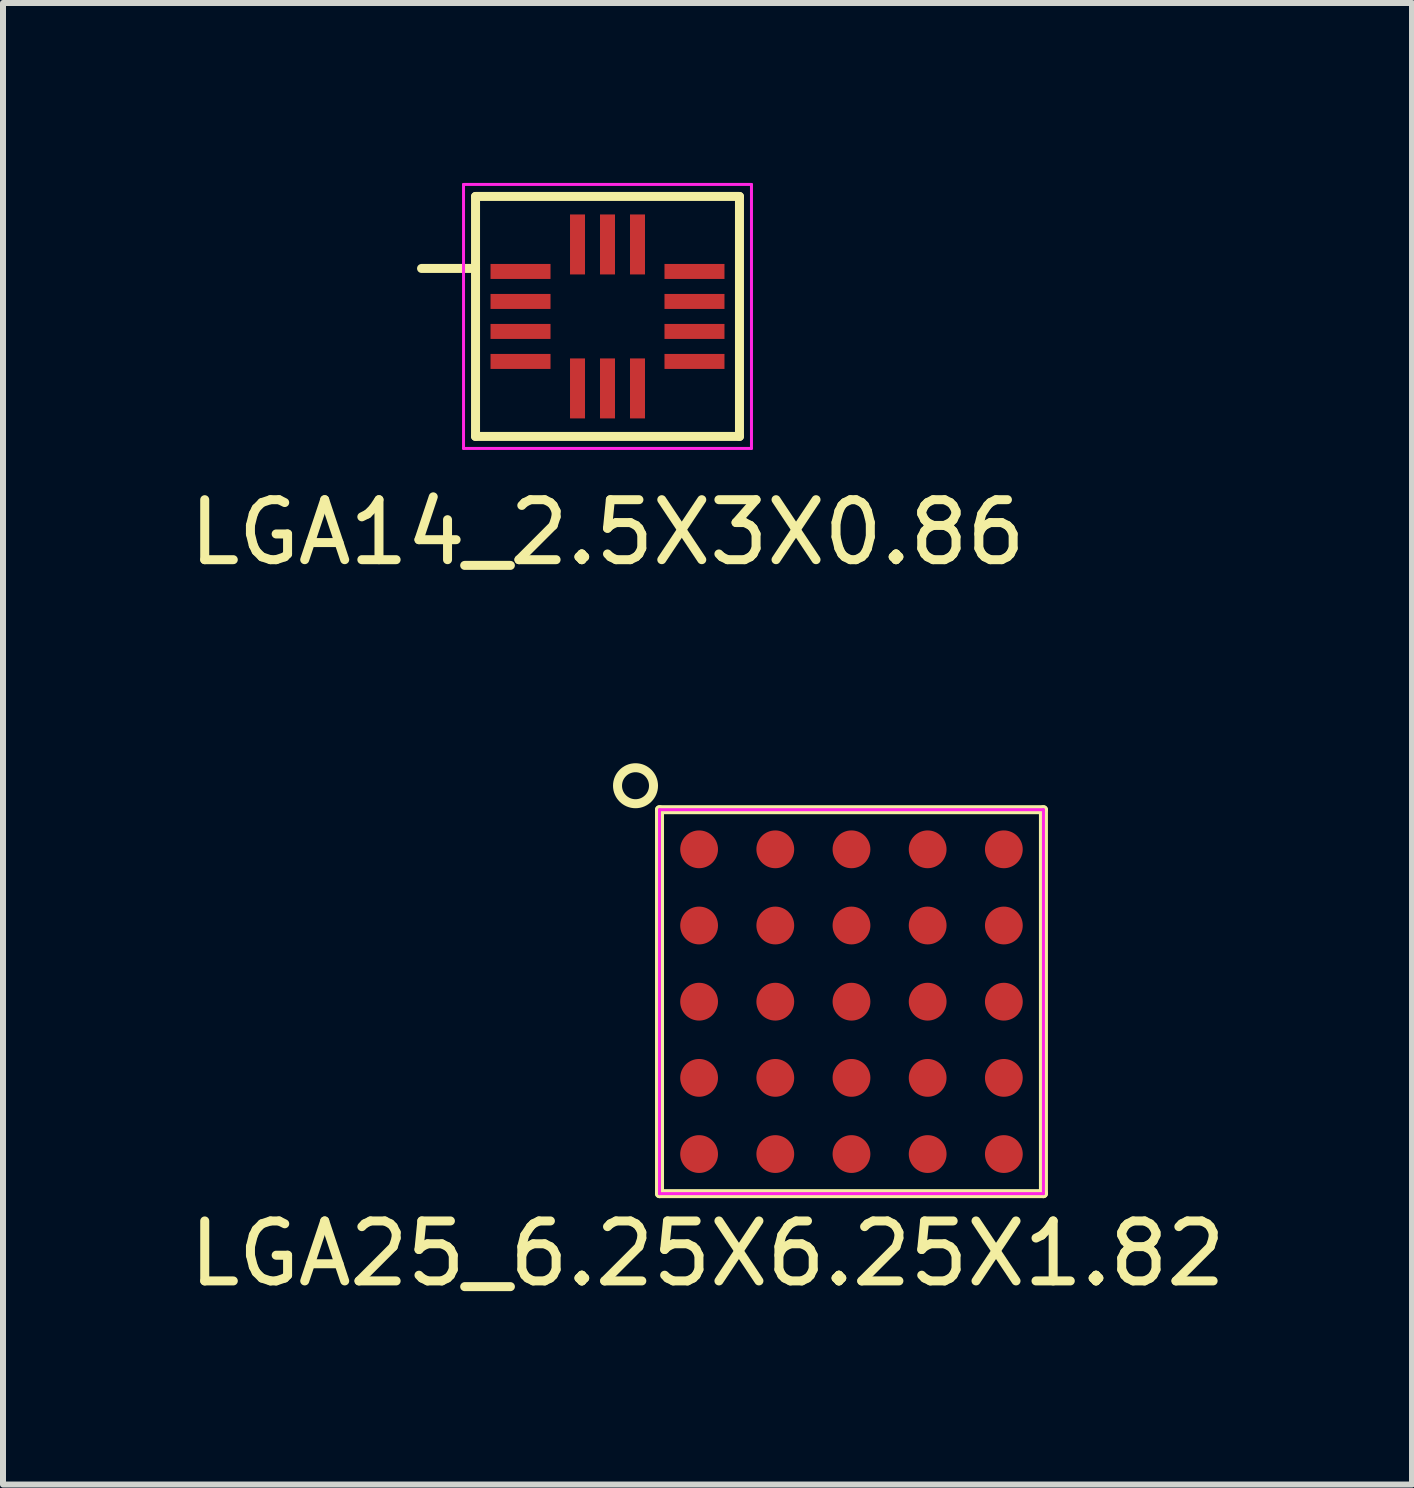
<source format=kicad_pcb>
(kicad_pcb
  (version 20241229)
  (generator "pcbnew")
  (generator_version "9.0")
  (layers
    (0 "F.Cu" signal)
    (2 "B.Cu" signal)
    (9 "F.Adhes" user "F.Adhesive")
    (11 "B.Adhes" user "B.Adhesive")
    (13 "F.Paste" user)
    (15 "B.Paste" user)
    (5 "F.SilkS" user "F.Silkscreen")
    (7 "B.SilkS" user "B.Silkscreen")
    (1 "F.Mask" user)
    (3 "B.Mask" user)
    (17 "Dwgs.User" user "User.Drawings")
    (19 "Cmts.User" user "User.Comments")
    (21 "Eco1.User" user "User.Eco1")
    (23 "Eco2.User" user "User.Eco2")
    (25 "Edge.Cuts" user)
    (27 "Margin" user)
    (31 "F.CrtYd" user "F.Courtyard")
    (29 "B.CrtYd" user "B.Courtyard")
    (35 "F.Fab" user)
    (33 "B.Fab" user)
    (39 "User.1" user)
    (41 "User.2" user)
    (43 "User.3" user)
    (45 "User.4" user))
  (footprint "LGA25_6.25X6.25X1.82"
    (layer "F.Cu")
    (at 11.144 13.648)
    (property "Reference" "LGA25_6.25X6.25X1.82" (at -2.4 4.2 0) (layer "F.SilkS") (effects (font (size 1 1) (thickness 0.15))))
    (attr smd)
    (fp_line (start -3.2 -3.2) (end -3.2 3.2) (stroke (width 0.15) (type solid)) (layer "F.SilkS"))
    (fp_line (start -3.2 -3.2) (end 3.2 -3.2) (stroke (width 0.15) (type solid)) (layer "F.SilkS"))
    (fp_line (start -3.2 3.2) (end 3.2 3.2) (stroke (width 0.15) (type solid)) (layer "F.SilkS"))
    (fp_line (start 3.2 -3.2) (end 3.2 3.2) (stroke (width 0.15) (type solid)) (layer "F.SilkS"))
    (fp_circle (center -3.6 -3.6) (end -3.6 -3.9) (stroke (width 0.15) (type solid)) (fill no) (layer "F.SilkS"))
    (fp_line (start -3.2 -3.2) (end -3.2 3.2) (stroke (width 0.05) (type solid)) (layer "F.CrtYd"))
    (fp_line (start -3.2 -3.2) (end 3.2 -3.2) (stroke (width 0.05) (type solid)) (layer "F.CrtYd"))
    (fp_line (start -3.2 3.2) (end 3.2 3.2) (stroke (width 0.05) (type solid)) (layer "F.CrtYd"))
    (fp_line (start 3.2 -3.2) (end 3.2 3.2) (stroke (width 0.05) (type solid)) (layer "F.CrtYd"))
    (pad "A1" smd circle (at -2.54 -2.54) (size 0.63 0.63) (layers "F.Cu" "F.Mask" "F.Paste"))
    (pad "A2" smd circle (at -1.27 -2.54) (size 0.63 0.63) (layers "F.Cu" "F.Mask" "F.Paste"))
    (pad "A3" smd circle (at 0 -2.54) (size 0.63 0.63) (layers "F.Cu" "F.Mask" "F.Paste"))
    (pad "A4" smd circle (at 1.27 -2.54) (size 0.63 0.63) (layers "F.Cu" "F.Mask" "F.Paste"))
    (pad "A5" smd circle (at 2.54 -2.54) (size 0.63 0.63) (layers "F.Cu" "F.Mask" "F.Paste"))
    (pad "B1" smd circle (at -2.54 -1.27) (size 0.63 0.63) (layers "F.Cu" "F.Mask" "F.Paste"))
    (pad "B2" smd circle (at -1.27 -1.27) (size 0.63 0.63) (layers "F.Cu" "F.Mask" "F.Paste"))
    (pad "B3" smd circle (at 0 -1.27) (size 0.63 0.63) (layers "F.Cu" "F.Mask" "F.Paste"))
    (pad "B4" smd circle (at 1.27 -1.27) (size 0.63 0.63) (layers "F.Cu" "F.Mask" "F.Paste"))
    (pad "B5" smd circle (at 2.54 -1.27) (size 0.63 0.63) (layers "F.Cu" "F.Mask" "F.Paste"))
    (pad "C1" smd circle (at -2.54 0) (size 0.63 0.63) (layers "F.Cu" "F.Mask" "F.Paste"))
    (pad "C2" smd circle (at -1.27 0) (size 0.63 0.63) (layers "F.Cu" "F.Mask" "F.Paste"))
    (pad "C3" smd circle (at 0 0) (size 0.63 0.63) (layers "F.Cu" "F.Mask" "F.Paste"))
    (pad "C4" smd circle (at 1.27 0) (size 0.63 0.63) (layers "F.Cu" "F.Mask" "F.Paste"))
    (pad "C5" smd circle (at 2.54 0) (size 0.63 0.63) (layers "F.Cu" "F.Mask" "F.Paste"))
    (pad "D1" smd circle (at -2.54 1.27) (size 0.63 0.63) (layers "F.Cu" "F.Mask" "F.Paste"))
    (pad "D2" smd circle (at -1.27 1.27) (size 0.63 0.63) (layers "F.Cu" "F.Mask" "F.Paste"))
    (pad "D3" smd circle (at 0 1.27) (size 0.63 0.63) (layers "F.Cu" "F.Mask" "F.Paste"))
    (pad "D4" smd circle (at 1.27 1.27) (size 0.63 0.63) (layers "F.Cu" "F.Mask" "F.Paste"))
    (pad "D5" smd circle (at 2.54 1.27) (size 0.63 0.63) (layers "F.Cu" "F.Mask" "F.Paste"))
    (pad "E1" smd circle (at -2.54 2.54) (size 0.63 0.63) (layers "F.Cu" "F.Mask" "F.Paste"))
    (pad "E2" smd circle (at -1.27 2.54) (size 0.63 0.63) (layers "F.Cu" "F.Mask" "F.Paste"))
    (pad "E3" smd circle (at 0 2.54) (size 0.63 0.63) (layers "F.Cu" "F.Mask" "F.Paste"))
    (pad "E4" smd circle (at 1.27 2.54) (size 0.63 0.63) (layers "F.Cu" "F.Mask" "F.Paste"))
    (pad "E5" smd circle (at 2.54 2.54) (size 0.63 0.63) (layers "F.Cu" "F.Mask" "F.Paste")))
  (footprint "LGA14_2.5X3X0.86"
    (layer "F.Cu")
    (at 7.077 2.225)
    (property "Reference" "LGA14_2.5X3X0.86" (at 0 3.6 0) (layer "F.SilkS") (effects (font (size 1 1) (thickness 0.15))))
    (attr smd)
    (fp_line (start -2.2 -2) (end -2.2 2) (stroke (width 0.15) (type solid)) (layer "F.SilkS"))
    (fp_line (start -2.2 -0.8) (end -3.1 -0.8) (stroke (width 0.15) (type solid)) (layer "F.SilkS"))
    (fp_line (start 2.2 -2) (end -2.2 -2) (stroke (width 0.15) (type solid)) (layer "F.SilkS"))
    (fp_line (start 2.2 -2) (end 2.2 2) (stroke (width 0.15) (type solid)) (layer "F.SilkS"))
    (fp_line (start 2.2 2) (end -2.2 2) (stroke (width 0.15) (type solid)) (layer "F.SilkS"))
    (fp_line (start -2.4 -2.2) (end -2.4 2.2) (stroke (width 0.05) (type solid)) (layer "F.CrtYd"))
    (fp_line (start -2.4 -2.2) (end 2.4 -2.2) (stroke (width 0.05) (type solid)) (layer "F.CrtYd"))
    (fp_line (start -2.4 2.2) (end 2.4 2.2) (stroke (width 0.05) (type solid)) (layer "F.CrtYd"))
    (fp_line (start 2.4 -2.2) (end 2.4 2.2) (stroke (width 0.05) (type solid)) (layer "F.CrtYd"))
    (pad "1" smd rect (at -1.45 -0.75) (size 1 0.25) (layers "F.Cu" "F.Mask" "F.Paste"))
    (pad "2" smd rect (at -1.45 -0.25) (size 1 0.25) (layers "F.Cu" "F.Mask" "F.Paste"))
    (pad "3" smd rect (at -1.45 0.25) (size 1 0.25) (layers "F.Cu" "F.Mask" "F.Paste"))
    (pad "4" smd rect (at -1.45 0.75) (size 1 0.25) (layers "F.Cu" "F.Mask" "F.Paste"))
    (pad "5" smd rect (at -0.5 1.2) (size 0.25 1) (layers "F.Cu" "F.Mask" "F.Paste"))
    (pad "6" smd rect (at 0 1.2) (size 0.25 1) (layers "F.Cu" "F.Mask" "F.Paste"))
    (pad "7" smd rect (at 0.5 1.2) (size 0.25 1) (layers "F.Cu" "F.Mask" "F.Paste"))
    (pad "8" smd rect (at 1.45 0.75) (size 1 0.25) (layers "F.Cu" "F.Mask" "F.Paste"))
    (pad "9" smd rect (at 1.45 0.25) (size 1 0.25) (layers "F.Cu" "F.Mask" "F.Paste"))
    (pad "10" smd rect (at 1.45 -0.25) (size 1 0.25) (layers "F.Cu" "F.Mask" "F.Paste"))
    (pad "11" smd rect (at 1.45 -0.75) (size 1 0.25) (layers "F.Cu" "F.Mask" "F.Paste"))
    (pad "12" smd rect (at 0.5 -1.2) (size 0.25 1) (layers "F.Cu" "F.Mask" "F.Paste"))
    (pad "13" smd rect (at 0 -1.2) (size 0.25 1) (layers "F.Cu" "F.Mask" "F.Paste"))
    (pad "14" smd rect (at -0.5 -1.2) (size 0.25 1) (layers "F.Cu" "F.Mask" "F.Paste")))
  (gr_rect
    (start -3 -3)
    (end 20.488 21.697)
    (stroke (width 0.1) (type default))
    (fill no)
    (layer "Edge.Cuts")))
</source>
